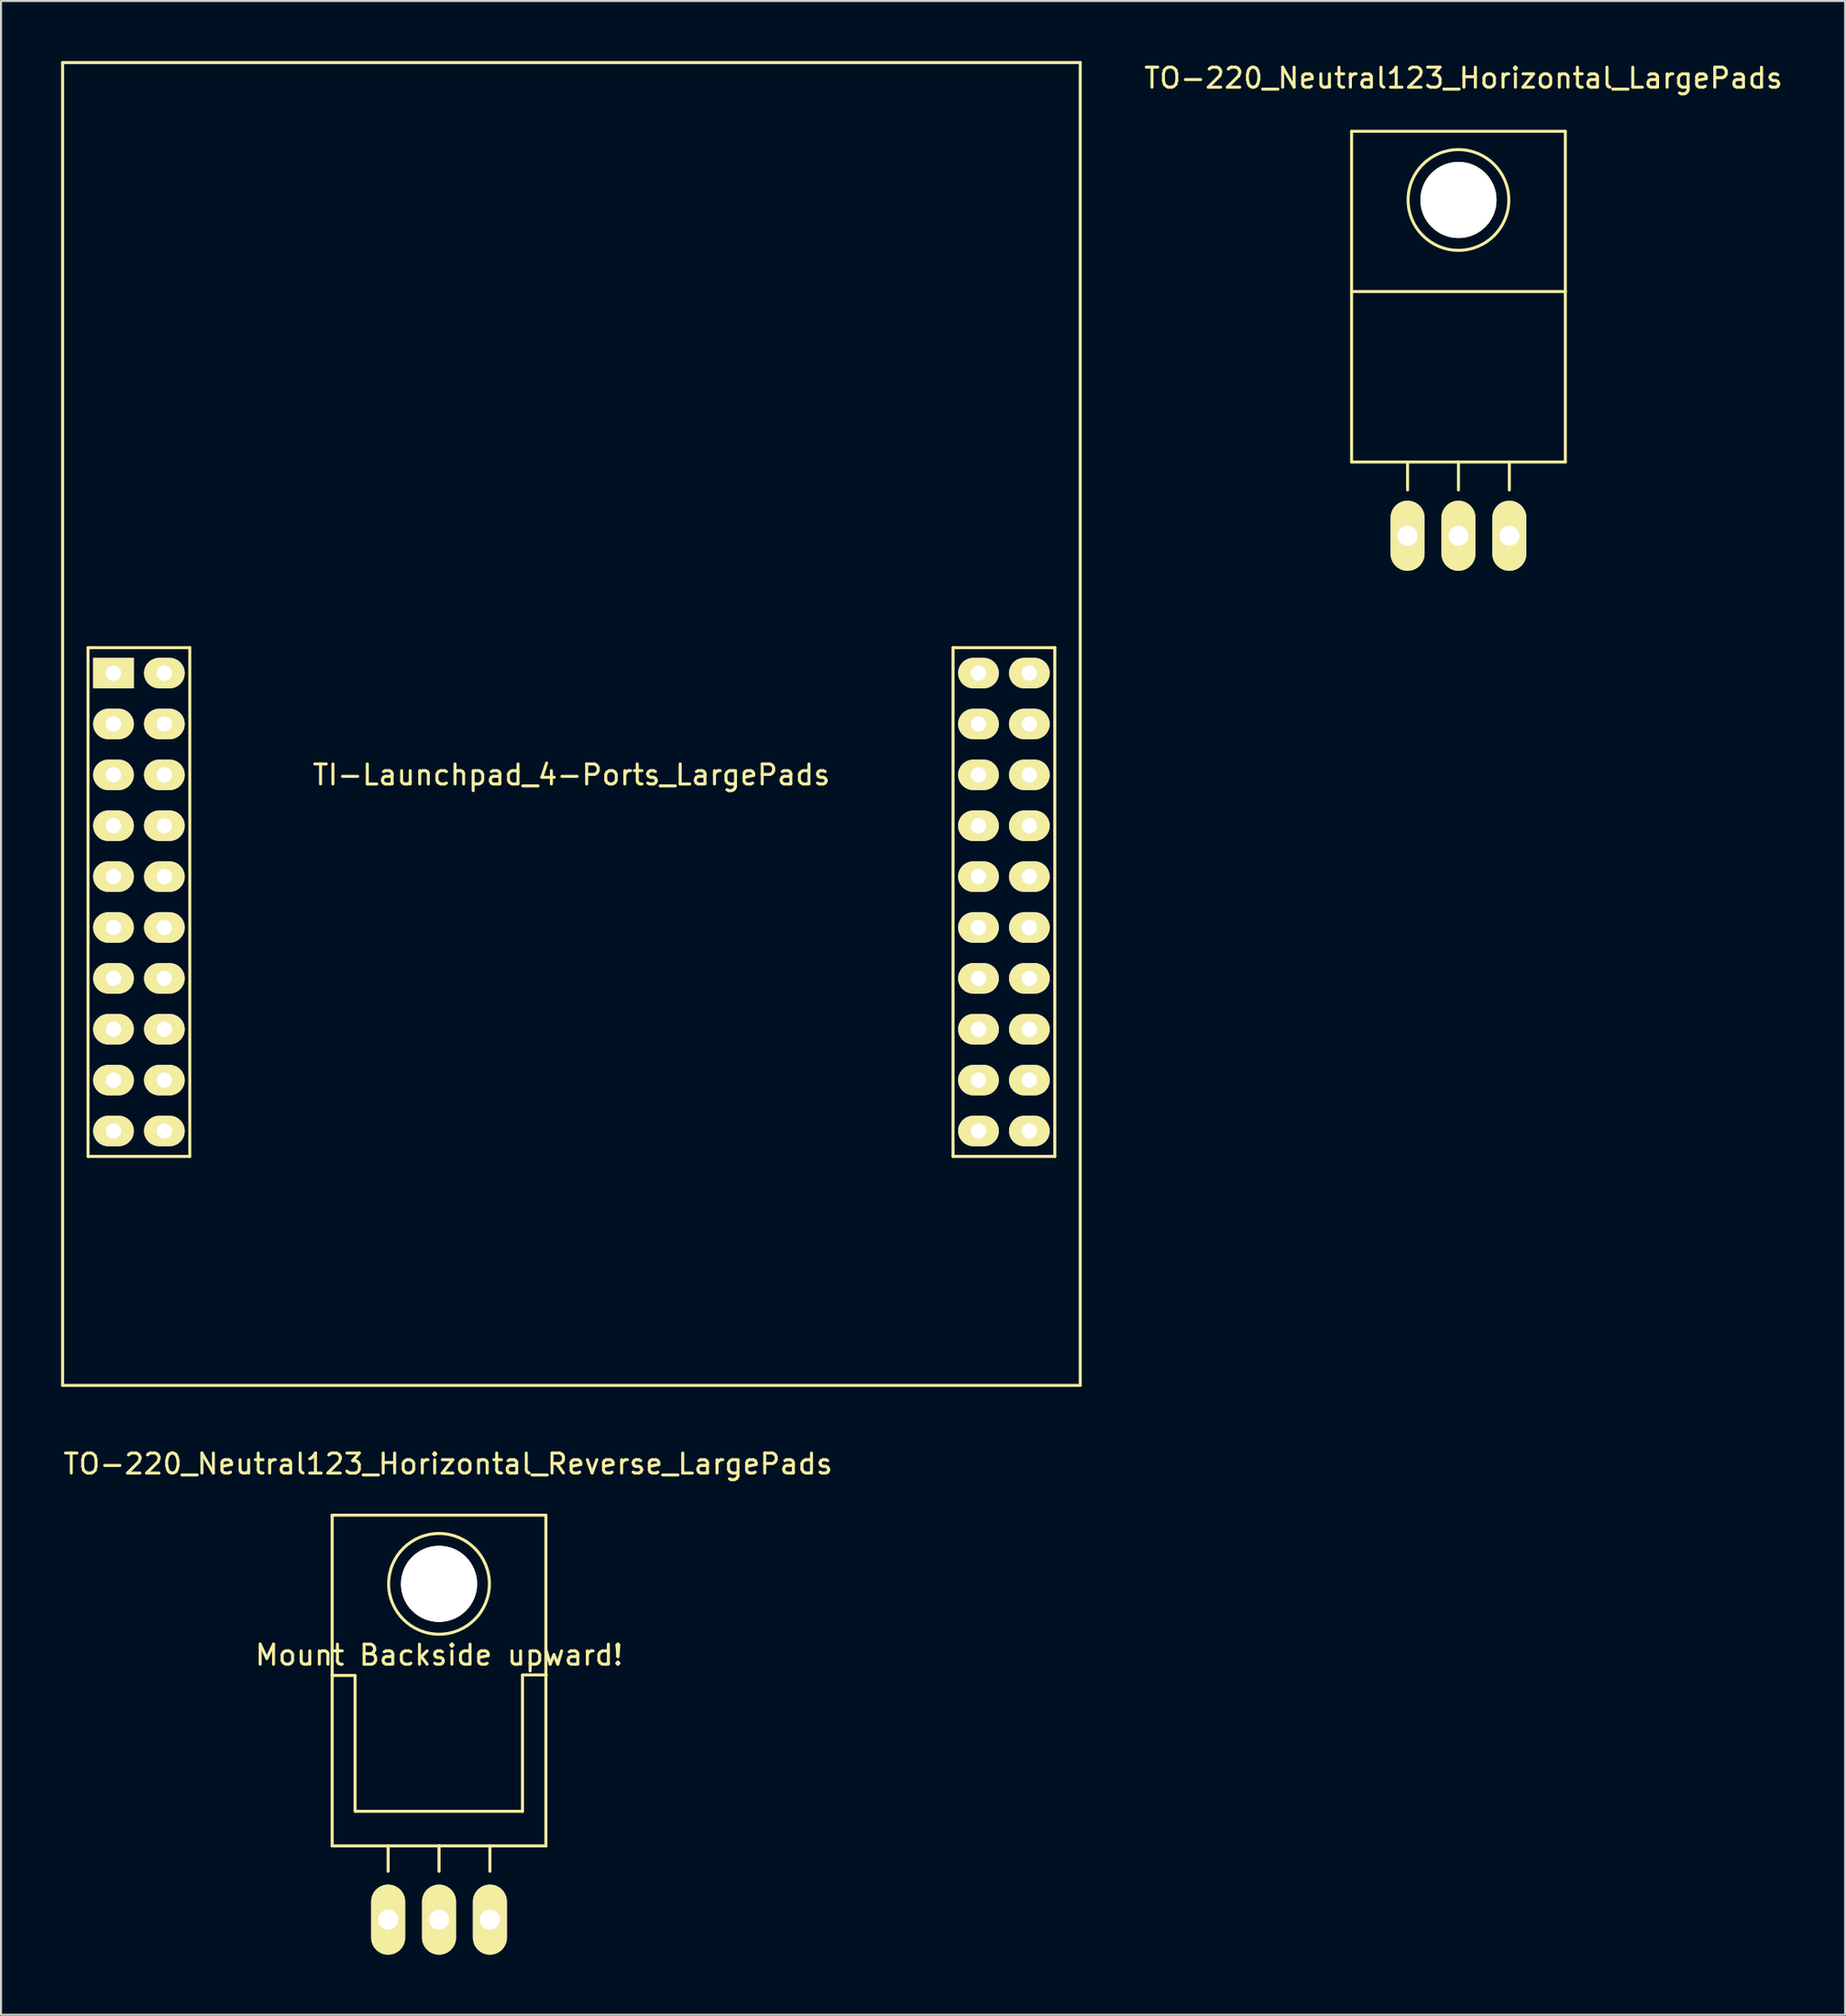
<source format=kicad_pcb>
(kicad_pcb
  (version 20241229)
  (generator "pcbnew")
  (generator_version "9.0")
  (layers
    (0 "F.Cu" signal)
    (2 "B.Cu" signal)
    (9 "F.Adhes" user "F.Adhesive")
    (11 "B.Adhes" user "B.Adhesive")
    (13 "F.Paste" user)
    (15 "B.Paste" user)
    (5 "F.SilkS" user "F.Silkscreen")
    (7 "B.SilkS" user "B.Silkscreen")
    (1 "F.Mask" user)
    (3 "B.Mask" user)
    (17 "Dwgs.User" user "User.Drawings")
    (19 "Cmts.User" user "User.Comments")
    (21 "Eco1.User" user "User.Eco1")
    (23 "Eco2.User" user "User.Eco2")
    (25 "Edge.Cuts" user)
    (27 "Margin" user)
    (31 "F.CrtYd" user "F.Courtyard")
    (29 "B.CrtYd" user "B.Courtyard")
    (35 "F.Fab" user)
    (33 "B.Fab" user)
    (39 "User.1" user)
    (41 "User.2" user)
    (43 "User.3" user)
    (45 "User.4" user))
  (footprint "TO-220_Neutral123_Horizontal_Reverse_LargePads"
    (layer "F.Cu")
    (at 18.866 92.789)
    (property "Reference" "TO-220_Neutral123_Horizontal_Reverse_LargePads" (at 0.45 -22.751 0) (layer "F.SilkS") (effects (font (size 1 1) (thickness 0.15))))
    (attr through_hole)
    (fp_line (start -5.334 -20.193) (end -5.334 -12.192) (stroke (width 0.15) (type solid)) (layer "F.SilkS"))
    (fp_line (start -5.334 -12.192) (end -5.334 -3.683) (stroke (width 0.15) (type solid)) (layer "F.SilkS"))
    (fp_line (start -4.191 -12.192) (end -5.334 -12.192) (stroke (width 0.15) (type solid)) (layer "F.SilkS"))
    (fp_line (start -4.191 -5.41) (end -4.191 -12.167) (stroke (width 0.15) (type solid)) (layer "F.SilkS"))
    (fp_line (start -2.54 -3.683) (end -2.54 -2.413) (stroke (width 0.15) (type solid)) (layer "F.SilkS"))
    (fp_line (start 0 -3.683) (end -5.334 -3.683) (stroke (width 0.15) (type solid)) (layer "F.SilkS"))
    (fp_line (start 0 -3.683) (end 0 -2.413) (stroke (width 0.15) (type solid)) (layer "F.SilkS"))
    (fp_line (start 0 -3.683) (end 5.334 -3.683) (stroke (width 0.15) (type solid)) (layer "F.SilkS"))
    (fp_line (start 2.54 -3.683) (end 2.54 -2.413) (stroke (width 0.15) (type solid)) (layer "F.SilkS"))
    (fp_line (start 4.166 -12.217) (end 5.359 -12.217) (stroke (width 0.15) (type solid)) (layer "F.SilkS"))
    (fp_line (start 4.166 -12.192) (end 4.166 -5.41) (stroke (width 0.15) (type solid)) (layer "F.SilkS"))
    (fp_line (start 4.166 -5.41) (end -4.166 -5.41) (stroke (width 0.15) (type solid)) (layer "F.SilkS"))
    (fp_line (start 5.334 -20.193) (end -5.334 -20.193) (stroke (width 0.15) (type solid)) (layer "F.SilkS"))
    (fp_line (start 5.334 -12.192) (end 5.334 -20.193) (stroke (width 0.15) (type solid)) (layer "F.SilkS"))
    (fp_line (start 5.334 -3.683) (end 5.334 -12.192) (stroke (width 0.15) (type solid)) (layer "F.SilkS"))
    (fp_circle (center 0 -16.764) (end 1.778 -14.986) (stroke (width 0.15) (type solid)) (fill no) (layer "F.SilkS"))
    (fp_text user "Mount Backside upward!" (at 0 -13.208 0) (layer "F.SilkS") (effects (font (size 1 1) (thickness 0.15))))
    (pad "" np_thru_hole circle (at 0 -16.764 90) (size 3.8 3.8) (drill 3.8) (layers "*.Cu" "*.Mask" "F.SilkS"))
    (pad "1" thru_hole oval (at 2.54 0 90) (size 3.5 1.699) (drill 1.001) (layers "*.Cu" "*.Mask" "F.SilkS"))
    (pad "2" thru_hole oval (at 0 0 90) (size 3.5 1.699) (drill 1.001) (layers "*.Cu" "*.Mask" "F.SilkS"))
    (pad "3" thru_hole oval (at -2.54 0 90) (size 3.5 1.699) (drill 1.001) (layers "*.Cu" "*.Mask" "F.SilkS")))
  (footprint "TI-Launchpad_4-Ports_LargePads"
    (layer "F.Cu")
    (at 25.475 33.095)
    (property "Reference" "TI-Launchpad_4-Ports_LargePads" (at 0 2.54 0) (layer "F.SilkS") (effects (font (size 1 1) (thickness 0.15))))
    (attr through_hole)
    (fp_line (start -25.4 -33.02) (end -25.4 33.02) (stroke (width 0.15) (type solid)) (layer "F.SilkS"))
    (fp_line (start -25.4 33.02) (end 25.4 33.02) (stroke (width 0.15) (type solid)) (layer "F.SilkS"))
    (fp_line (start -24.13 -3.81) (end -19.05 -3.81) (stroke (width 0.15) (type solid)) (layer "F.SilkS"))
    (fp_line (start -24.13 21.59) (end -24.13 -3.81) (stroke (width 0.15) (type solid)) (layer "F.SilkS"))
    (fp_line (start -19.05 -3.81) (end -19.05 21.59) (stroke (width 0.15) (type solid)) (layer "F.SilkS"))
    (fp_line (start -19.05 21.59) (end -24.13 21.59) (stroke (width 0.15) (type solid)) (layer "F.SilkS"))
    (fp_line (start 19.05 -3.81) (end 24.13 -3.81) (stroke (width 0.15) (type solid)) (layer "F.SilkS"))
    (fp_line (start 19.05 21.59) (end 19.05 -3.81) (stroke (width 0.15) (type solid)) (layer "F.SilkS"))
    (fp_line (start 24.13 -3.81) (end 24.13 21.59) (stroke (width 0.15) (type solid)) (layer "F.SilkS"))
    (fp_line (start 24.13 21.59) (end 19.05 21.59) (stroke (width 0.15) (type solid)) (layer "F.SilkS"))
    (fp_line (start 25.4 -33.02) (end -25.4 -33.02) (stroke (width 0.15) (type solid)) (layer "F.SilkS"))
    (fp_line (start 25.4 33.02) (end 25.4 -33.02) (stroke (width 0.15) (type solid)) (layer "F.SilkS"))
    (pad "1.01" thru_hole rect (at -22.86 -2.54) (size 2.032 1.524) (drill 0.762) (layers "*.Cu" "*.Mask" "F.SilkS"))
    (pad "1.02" thru_hole oval (at -22.86 0) (size 2.032 1.524) (drill 0.762) (layers "*.Cu" "*.Mask" "F.SilkS"))
    (pad "1.03" thru_hole oval (at -22.86 2.54) (size 2.032 1.524) (drill 0.762) (layers "*.Cu" "*.Mask" "F.SilkS"))
    (pad "1.04" thru_hole oval (at -22.86 5.08) (size 2.032 1.524) (drill 0.762) (layers "*.Cu" "*.Mask" "F.SilkS"))
    (pad "1.05" thru_hole oval (at -22.86 7.62) (size 2.032 1.524) (drill 0.762) (layers "*.Cu" "*.Mask" "F.SilkS"))
    (pad "1.06" thru_hole oval (at -22.86 10.16) (size 2.032 1.524) (drill 0.762) (layers "*.Cu" "*.Mask" "F.SilkS"))
    (pad "1.07" thru_hole oval (at -22.86 12.7) (size 2.032 1.524) (drill 0.762) (layers "*.Cu" "*.Mask" "F.SilkS"))
    (pad "1.08" thru_hole oval (at -22.86 15.24) (size 2.032 1.524) (drill 0.762) (layers "*.Cu" "*.Mask" "F.SilkS"))
    (pad "1.09" thru_hole oval (at -22.86 17.78) (size 2.032 1.524) (drill 0.762) (layers "*.Cu" "*.Mask" "F.SilkS"))
    (pad "1.10" thru_hole oval (at -22.86 20.32) (size 2.032 1.524) (drill 0.762) (layers "*.Cu" "*.Mask" "F.SilkS"))
    (pad "2.01" thru_hole oval (at 22.86 -2.54) (size 2.032 1.524) (drill 0.762) (layers "*.Cu" "*.Mask" "F.SilkS"))
    (pad "2.02" thru_hole oval (at 22.86 0) (size 2.032 1.524) (drill 0.762) (layers "*.Cu" "*.Mask" "F.SilkS"))
    (pad "2.03" thru_hole oval (at 22.86 2.54) (size 2.032 1.524) (drill 0.762) (layers "*.Cu" "*.Mask" "F.SilkS"))
    (pad "2.04" thru_hole oval (at 22.86 5.08) (size 2.032 1.524) (drill 0.762) (layers "*.Cu" "*.Mask" "F.SilkS"))
    (pad "2.05" thru_hole oval (at 22.86 7.62) (size 2.032 1.524) (drill 0.762) (layers "*.Cu" "*.Mask" "F.SilkS"))
    (pad "2.06" thru_hole oval (at 22.86 10.16) (size 2.032 1.524) (drill 0.762) (layers "*.Cu" "*.Mask" "F.SilkS"))
    (pad "2.07" thru_hole oval (at 22.86 12.7) (size 2.032 1.524) (drill 0.762) (layers "*.Cu" "*.Mask" "F.SilkS"))
    (pad "2.08" thru_hole oval (at 22.86 15.24) (size 2.032 1.524) (drill 0.762) (layers "*.Cu" "*.Mask" "F.SilkS"))
    (pad "2.09" thru_hole oval (at 22.86 17.78) (size 2.032 1.524) (drill 0.762) (layers "*.Cu" "*.Mask" "F.SilkS"))
    (pad "2.10" thru_hole oval (at 22.86 20.32) (size 2.032 1.524) (drill 0.762) (layers "*.Cu" "*.Mask" "F.SilkS"))
    (pad "3.01" thru_hole oval (at -20.32 -2.54) (size 2.032 1.524) (drill 0.762) (layers "*.Cu" "*.Mask" "F.SilkS"))
    (pad "3.02" thru_hole oval (at -20.32 0) (size 2.032 1.524) (drill 0.762) (layers "*.Cu" "*.Mask" "F.SilkS"))
    (pad "3.03" thru_hole oval (at -20.32 2.54) (size 2.032 1.524) (drill 0.762) (layers "*.Cu" "*.Mask" "F.SilkS"))
    (pad "3.04" thru_hole oval (at -20.32 5.08) (size 2.032 1.524) (drill 0.762) (layers "*.Cu" "*.Mask" "F.SilkS"))
    (pad "3.05" thru_hole oval (at -20.32 7.62) (size 2.032 1.524) (drill 0.762) (layers "*.Cu" "*.Mask" "F.SilkS"))
    (pad "3.06" thru_hole oval (at -20.32 10.16) (size 2.032 1.524) (drill 0.762) (layers "*.Cu" "*.Mask" "F.SilkS"))
    (pad "3.07" thru_hole oval (at -20.32 12.7) (size 2.032 1.524) (drill 0.762) (layers "*.Cu" "*.Mask" "F.SilkS"))
    (pad "3.08" thru_hole oval (at -20.32 15.24) (size 2.032 1.524) (drill 0.762) (layers "*.Cu" "*.Mask" "F.SilkS"))
    (pad "3.09" thru_hole oval (at -20.32 17.78) (size 2.032 1.524) (drill 0.762) (layers "*.Cu" "*.Mask" "F.SilkS"))
    (pad "3.10" thru_hole oval (at -20.32 20.32) (size 2.032 1.524) (drill 0.762) (layers "*.Cu" "*.Mask" "F.SilkS"))
    (pad "4.01" thru_hole oval (at 20.32 -2.54) (size 2.032 1.524) (drill 0.762) (layers "*.Cu" "*.Mask" "F.SilkS"))
    (pad "4.02" thru_hole oval (at 20.32 0) (size 2.032 1.524) (drill 0.762) (layers "*.Cu" "*.Mask" "F.SilkS"))
    (pad "4.03" thru_hole oval (at 20.32 2.54) (size 2.032 1.524) (drill 0.762) (layers "*.Cu" "*.Mask" "F.SilkS"))
    (pad "4.04" thru_hole oval (at 20.32 5.08) (size 2.032 1.524) (drill 0.762) (layers "*.Cu" "*.Mask" "F.SilkS"))
    (pad "4.05" thru_hole oval (at 20.32 7.62) (size 2.032 1.524) (drill 0.762) (layers "*.Cu" "*.Mask" "F.SilkS"))
    (pad "4.06" thru_hole oval (at 20.32 10.16) (size 2.032 1.524) (drill 0.762) (layers "*.Cu" "*.Mask" "F.SilkS"))
    (pad "4.07" thru_hole oval (at 20.32 12.7) (size 2.032 1.524) (drill 0.762) (layers "*.Cu" "*.Mask" "F.SilkS"))
    (pad "4.08" thru_hole oval (at 20.32 15.24) (size 2.032 1.524) (drill 0.762) (layers "*.Cu" "*.Mask" "F.SilkS"))
    (pad "4.09" thru_hole oval (at 20.32 17.78) (size 2.032 1.524) (drill 0.762) (layers "*.Cu" "*.Mask" "F.SilkS"))
    (pad "4.10" thru_hole oval (at 20.32 20.32) (size 2.032 1.524) (drill 0.762) (layers "*.Cu" "*.Mask" "F.SilkS")))
  (footprint "TO-220_Neutral123_Horizontal_LargePads"
    (layer "F.Cu")
    (at 69.755 23.698)
    (property "Reference" "TO-220_Neutral123_Horizontal_LargePads" (at 0.249 -22.85 0) (layer "F.SilkS") (effects (font (size 1 1) (thickness 0.15))))
    (attr through_hole)
    (fp_line (start -5.334 -20.193) (end -5.334 -12.192) (stroke (width 0.15) (type solid)) (layer "F.SilkS"))
    (fp_line (start -5.334 -12.192) (end -5.334 -3.683) (stroke (width 0.15) (type solid)) (layer "F.SilkS"))
    (fp_line (start -2.54 -3.683) (end -2.54 -2.286) (stroke (width 0.15) (type solid)) (layer "F.SilkS"))
    (fp_line (start 0 -3.683) (end -5.334 -3.683) (stroke (width 0.15) (type solid)) (layer "F.SilkS"))
    (fp_line (start 0 -3.683) (end 0 -2.286) (stroke (width 0.15) (type solid)) (layer "F.SilkS"))
    (fp_line (start 0 -3.683) (end 5.334 -3.683) (stroke (width 0.15) (type solid)) (layer "F.SilkS"))
    (fp_line (start 2.54 -3.683) (end 2.54 -2.286) (stroke (width 0.15) (type solid)) (layer "F.SilkS"))
    (fp_line (start 5.334 -20.193) (end -5.334 -20.193) (stroke (width 0.15) (type solid)) (layer "F.SilkS"))
    (fp_line (start 5.334 -12.192) (end -5.334 -12.192) (stroke (width 0.15) (type solid)) (layer "F.SilkS"))
    (fp_line (start 5.334 -12.192) (end 5.334 -20.193) (stroke (width 0.15) (type solid)) (layer "F.SilkS"))
    (fp_line (start 5.334 -3.683) (end 5.334 -12.192) (stroke (width 0.15) (type solid)) (layer "F.SilkS"))
    (fp_circle (center 0 -16.764) (end 1.778 -14.986) (stroke (width 0.15) (type solid)) (fill no) (layer "F.SilkS"))
    (pad "" np_thru_hole circle (at 0 -16.764 90) (size 3.8 3.8) (drill 3.8) (layers "*.Cu" "*.Mask" "F.SilkS"))
    (pad "1" thru_hole oval (at -2.54 0 90) (size 3.5 1.699) (drill 1.001) (layers "*.Cu" "*.Mask" "F.SilkS"))
    (pad "2" thru_hole oval (at 0 0 90) (size 3.5 1.699) (drill 1.001) (layers "*.Cu" "*.Mask" "F.SilkS"))
    (pad "3" thru_hole oval (at 2.54 0 90) (size 3.5 1.699) (drill 1.001) (layers "*.Cu" "*.Mask" "F.SilkS")))
  (gr_rect
    (start -3 -3)
    (end 89.057 97.539)
    (stroke (width 0.1) (type default))
    (fill no)
    (layer "Edge.Cuts")))
</source>
